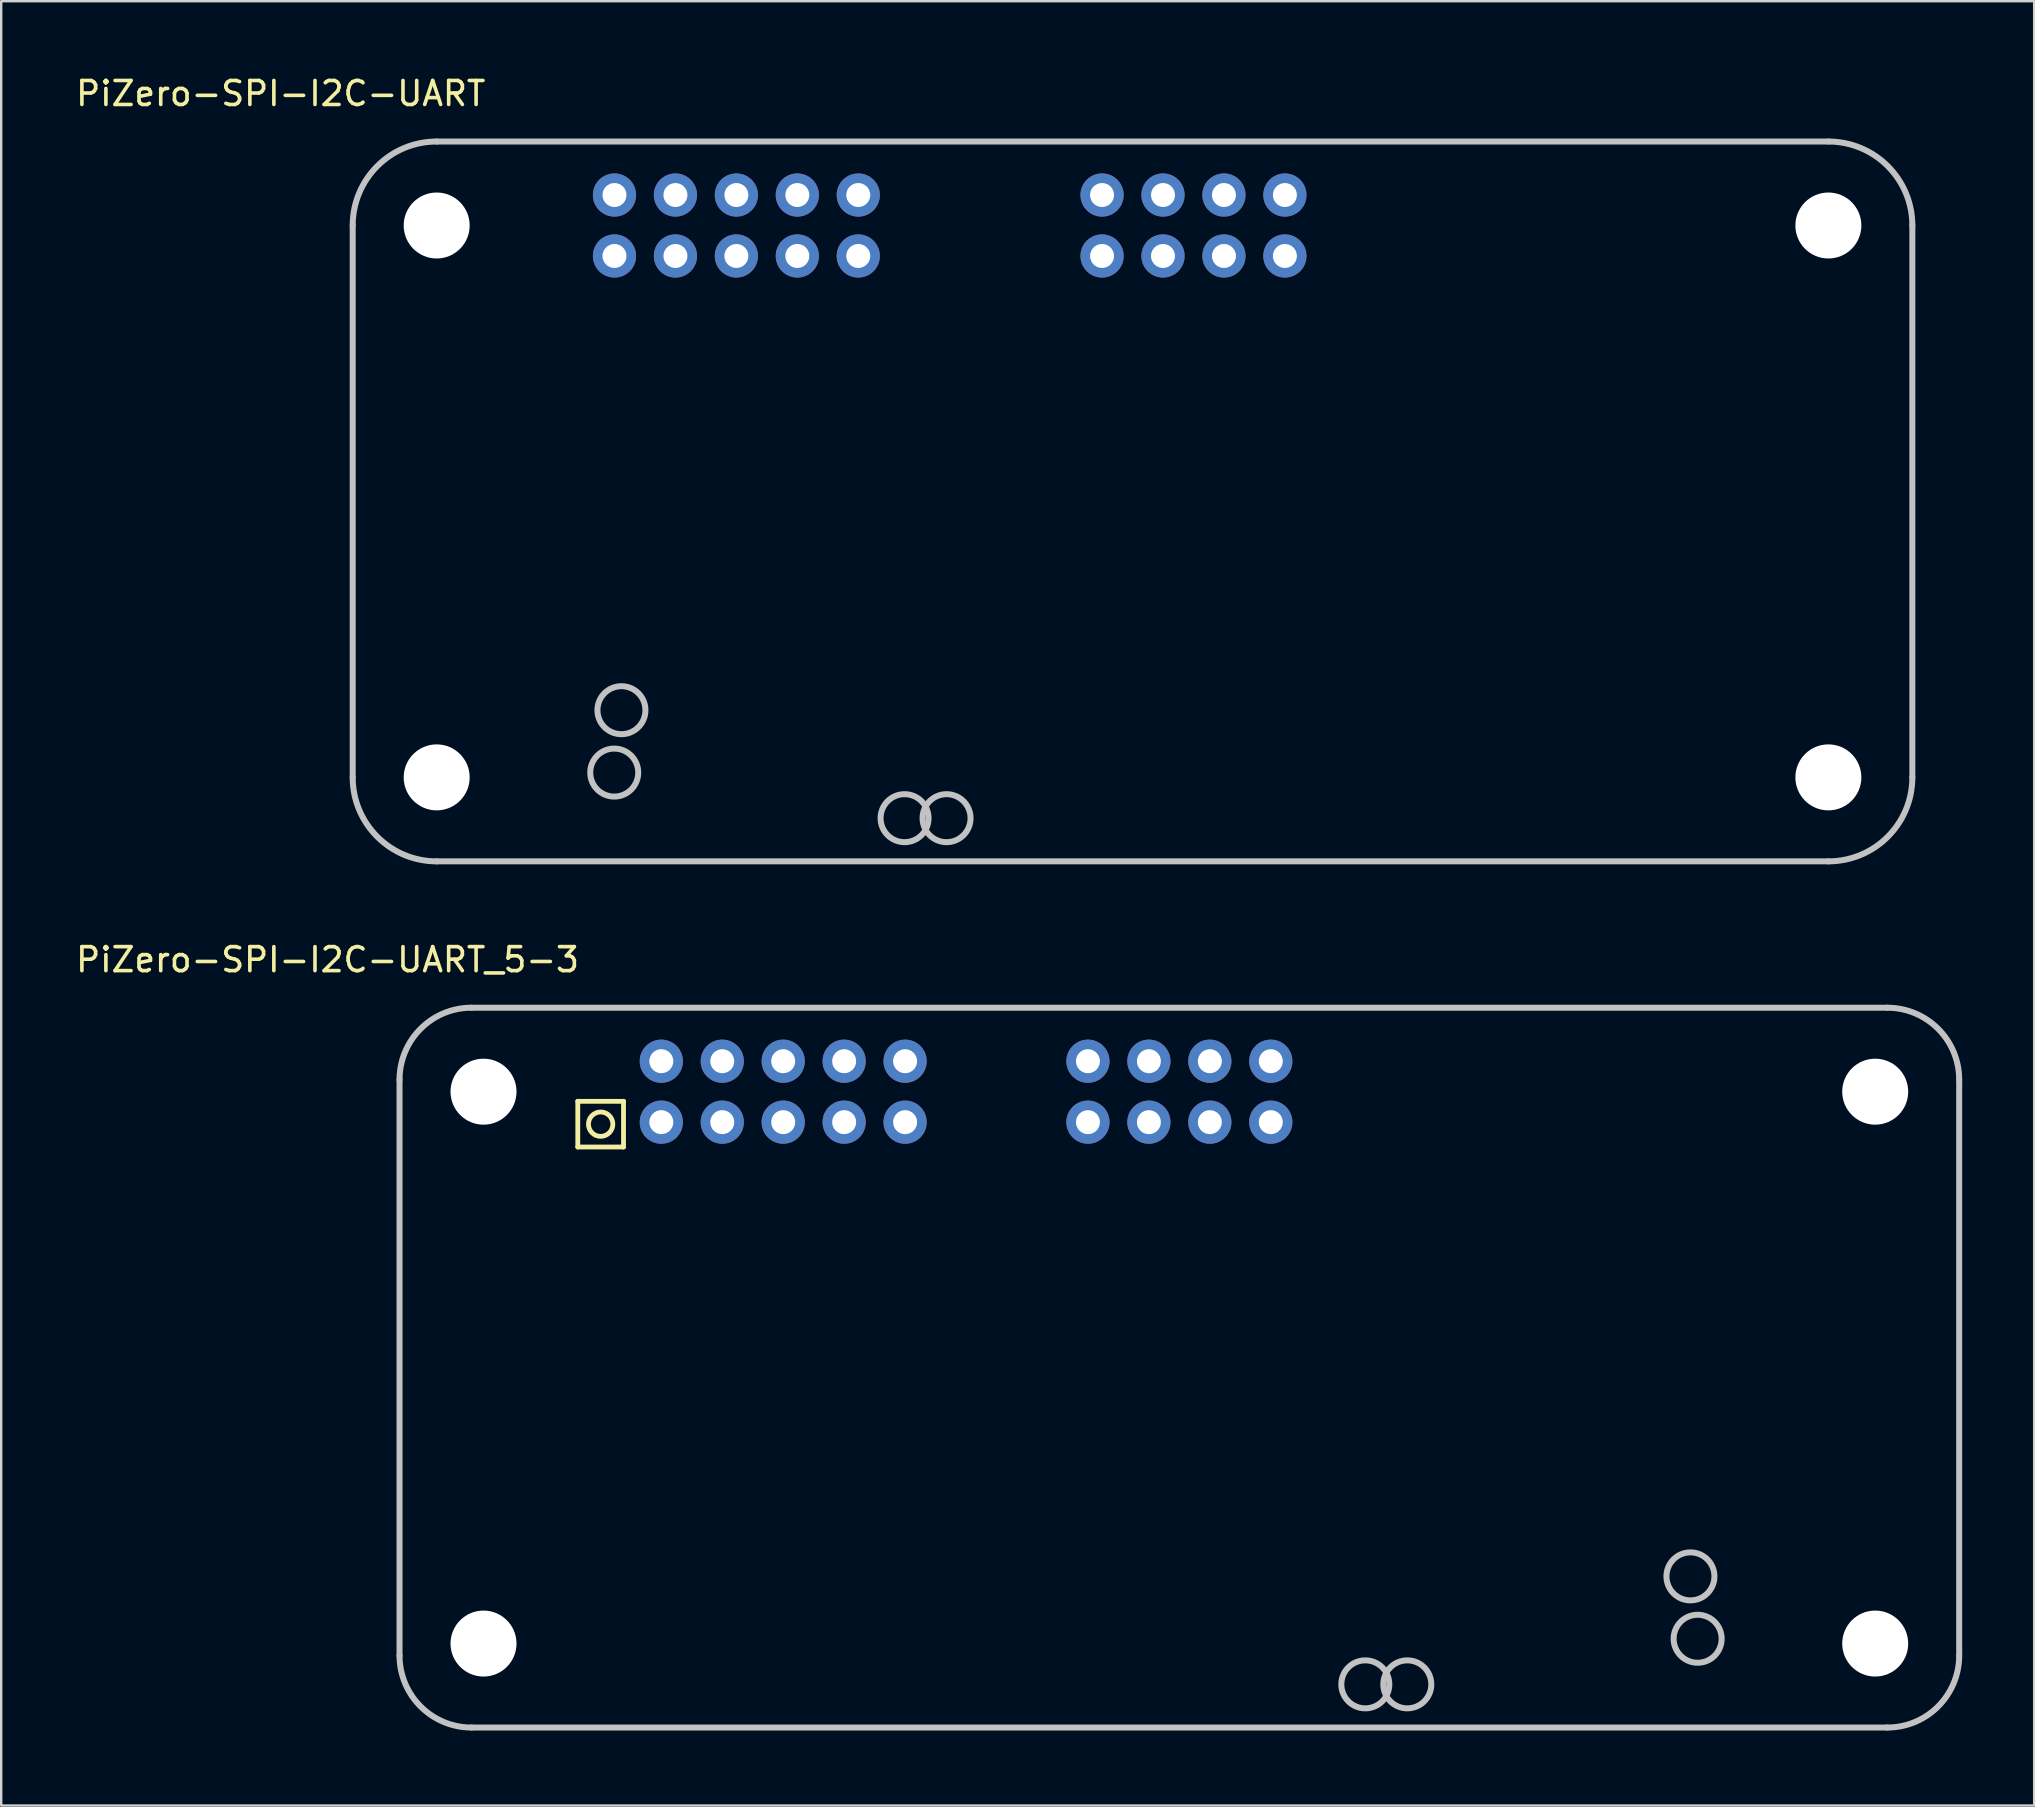
<source format=kicad_pcb>
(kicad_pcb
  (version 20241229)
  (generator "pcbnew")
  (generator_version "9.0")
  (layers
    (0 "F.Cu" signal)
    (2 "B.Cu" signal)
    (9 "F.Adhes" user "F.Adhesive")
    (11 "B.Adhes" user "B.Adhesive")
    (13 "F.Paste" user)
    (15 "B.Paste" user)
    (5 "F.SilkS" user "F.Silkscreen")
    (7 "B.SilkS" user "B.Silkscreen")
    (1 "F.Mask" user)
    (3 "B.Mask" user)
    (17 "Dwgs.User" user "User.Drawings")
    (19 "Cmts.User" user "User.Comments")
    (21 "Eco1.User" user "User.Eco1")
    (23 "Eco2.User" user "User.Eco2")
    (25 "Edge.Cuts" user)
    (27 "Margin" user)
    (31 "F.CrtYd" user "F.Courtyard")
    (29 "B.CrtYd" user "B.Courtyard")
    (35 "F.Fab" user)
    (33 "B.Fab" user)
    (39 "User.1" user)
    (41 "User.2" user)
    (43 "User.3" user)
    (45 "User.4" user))
  (footprint "PiZero-SPI-I2C-UART_5-3"
    (layer "F.Cu")
    (at 13.601 68.947)
    (property "Reference" "PiZero-SPI-I2C-UART_5-3" (at -3 -32 0) (layer "F.SilkS") (effects (font (size 1 1) (thickness 0.15))))
    (attr through_hole)
    (fp_line (start 7.429 -26.099) (end 9.335 -26.099) (stroke (width 0.2) (type solid)) (layer "F.SilkS"))
    (fp_line (start 7.429 -24.194) (end 7.429 -26.099) (stroke (width 0.2) (type solid)) (layer "F.SilkS"))
    (fp_line (start 9.335 -26.099) (end 9.335 -24.194) (stroke (width 0.2) (type solid)) (layer "F.SilkS"))
    (fp_line (start 9.335 -24.194) (end 7.429 -24.194) (stroke (width 0.2) (type solid)) (layer "F.SilkS"))
    (fp_circle (center 8.382 -25.146) (end 8.89 -25.146) (stroke (width 0.2) (type solid)) (fill no) (layer "F.SilkS"))
    (fp_line (start 0 -3) (end 0 -27) (stroke (width 0.25) (type solid)) (layer "Dwgs.User"))
    (fp_line (start 3 -30) (end 62 -30) (stroke (width 0.25) (type solid)) (layer "Dwgs.User"))
    (fp_line (start 62 0) (end 3 0) (stroke (width 0.25) (type solid)) (layer "Dwgs.User"))
    (fp_line (start 65 -27) (end 65 -3) (stroke (width 0.25) (type solid)) (layer "Dwgs.User"))
    (fp_arc (start 0 -27) (mid 0.87868 -29.12132) (end 3 -30) (stroke (width 0.25) (type solid)) (layer "Dwgs.User"))
    (fp_arc (start 3 0) (mid 0.87868 -0.87868) (end 0 -3) (stroke (width 0.25) (type solid)) (layer "Dwgs.User"))
    (fp_arc (start 62 -30) (mid 64.12132 -29.12132) (end 65 -27) (stroke (width 0.25) (type solid)) (layer "Dwgs.User"))
    (fp_arc (start 65 -3) (mid 64.12132 -0.87868) (end 62 0) (stroke (width 0.25) (type solid)) (layer "Dwgs.User"))
    (fp_circle (center 40.25 -1.8) (end 40.25 -2.8) (stroke (width 0.25) (type solid)) (fill no) (layer "Dwgs.User"))
    (fp_circle (center 42 -1.8) (end 42 -2.8) (stroke (width 0.25) (type solid)) (fill no) (layer "Dwgs.User"))
    (fp_circle (center 53.8 -6.3) (end 53.8 -7.3) (stroke (width 0.25) (type solid)) (fill no) (layer "Dwgs.User"))
    (fp_circle (center 54.1 -3.7) (end 54.1 -4.7) (stroke (width 0.25) (type solid)) (fill no) (layer "Dwgs.User"))
    (pad "" np_thru_hole circle (at 3.5 -26.5) (size 2.75 2.75) (drill 2.75) (layers "*.Cu" "*.Mask"))
    (pad "" np_thru_hole circle (at 3.5 -3.5) (size 2.75 2.75) (drill 2.75) (layers "*.Cu" "*.Mask"))
    (pad "" np_thru_hole circle (at 61.5 -26.5) (size 2.75 2.75) (drill 2.75) (layers "*.Cu" "*.Mask"))
    (pad "" np_thru_hole circle (at 61.5 -3.5) (size 2.75 2.75) (drill 2.75) (layers "*.Cu" "*.Mask"))
    (pad "3" thru_hole circle (at 10.91 -25.23) (size 1.8 1.8) (drill 1) (layers "*.Cu" "*.Mask"))
    (pad "4" thru_hole circle (at 10.91 -27.77) (size 1.8 1.8) (drill 1) (layers "*.Cu" "*.Mask"))
    (pad "5" thru_hole circle (at 13.45 -25.23) (size 1.8 1.8) (drill 1) (layers "*.Cu" "*.Mask"))
    (pad "6" thru_hole circle (at 13.45 -27.77) (size 1.8 1.8) (drill 1) (layers "*.Cu" "*.Mask"))
    (pad "7" thru_hole circle (at 15.99 -25.23) (size 1.8 1.8) (drill 1) (layers "*.Cu" "*.Mask"))
    (pad "8" thru_hole circle (at 15.99 -27.77) (size 1.8 1.8) (drill 1) (layers "*.Cu" "*.Mask"))
    (pad "9" thru_hole circle (at 18.53 -25.23) (size 1.8 1.8) (drill 1) (layers "*.Cu" "*.Mask"))
    (pad "10" thru_hole circle (at 18.53 -27.77) (size 1.8 1.8) (drill 1) (layers "*.Cu" "*.Mask"))
    (pad "11" thru_hole circle (at 21.07 -25.23) (size 1.8 1.8) (drill 1) (layers "*.Cu" "*.Mask"))
    (pad "12" thru_hole circle (at 21.07 -27.77) (size 1.8 1.8) (drill 1) (layers "*.Cu" "*.Mask"))
    (pad "17" thru_hole circle (at 28.69 -25.23) (size 1.8 1.8) (drill 1) (layers "*.Cu" "*.Mask"))
    (pad "18" thru_hole circle (at 28.69 -27.77) (size 1.8 1.8) (drill 1) (layers "*.Cu" "*.Mask"))
    (pad "19" thru_hole circle (at 31.23 -25.23) (size 1.8 1.8) (drill 1) (layers "*.Cu" "*.Mask"))
    (pad "20" thru_hole circle (at 31.23 -27.77) (size 1.8 1.8) (drill 1) (layers "*.Cu" "*.Mask"))
    (pad "21" thru_hole circle (at 33.77 -25.23) (size 1.8 1.8) (drill 1) (layers "*.Cu" "*.Mask"))
    (pad "22" thru_hole circle (at 33.77 -27.77) (size 1.8 1.8) (drill 1) (layers "*.Cu" "*.Mask"))
    (pad "23" thru_hole circle (at 36.31 -25.23) (size 1.8 1.8) (drill 1) (layers "*.Cu" "*.Mask"))
    (pad "24" thru_hole circle (at 36.31 -27.77) (size 1.8 1.8) (drill 1) (layers "*.Cu" "*.Mask")))
  (footprint "PiZero-SPI-I2C-UART"
    (layer "F.Cu")
    (at 11.649 32.848)
    (property "Reference" "PiZero-SPI-I2C-UART" (at -3 -32 0) (layer "F.SilkS") (effects (font (size 1 1) (thickness 0.15))))
    (attr through_hole)
    (fp_line (start 0 -3.5) (end 0 -26.5) (stroke (width 0.25) (type solid)) (layer "Dwgs.User"))
    (fp_line (start 3.5 -30) (end 61.5 -30) (stroke (width 0.25) (type solid)) (layer "Dwgs.User"))
    (fp_line (start 61.5 0) (end 3.5 0) (stroke (width 0.25) (type solid)) (layer "Dwgs.User"))
    (fp_line (start 65 -26.5) (end 65 -3.5) (stroke (width 0.25) (type solid)) (layer "Dwgs.User"))
    (fp_arc (start 0 -26.5) (mid 1.022967 -28.972713) (end 3.493891 -29.999995) (stroke (width 0.25) (type solid)) (layer "Dwgs.User"))
    (fp_arc (start 3.5 0) (mid 1.025126 -1.025126) (end 0 -3.5) (stroke (width 0.25) (type solid)) (layer "Dwgs.User"))
    (fp_arc (start 61.5 -30) (mid 63.974874 -28.974874) (end 65 -26.5) (stroke (width 0.25) (type solid)) (layer "Dwgs.User"))
    (fp_arc (start 65 -3.5) (mid 63.974874 -1.025126) (end 61.5 0) (stroke (width 0.25) (type solid)) (layer "Dwgs.User"))
    (fp_circle (center 10.9 -3.7) (end 10.9 -4.7) (stroke (width 0.25) (type solid)) (fill no) (layer "Dwgs.User"))
    (fp_circle (center 11.2 -6.3) (end 11.2 -7.3) (stroke (width 0.25) (type solid)) (fill no) (layer "Dwgs.User"))
    (fp_circle (center 23 -1.8) (end 23 -2.8) (stroke (width 0.25) (type solid)) (fill no) (layer "Dwgs.User"))
    (fp_circle (center 24.75 -1.8) (end 24.75 -2.8) (stroke (width 0.25) (type solid)) (fill no) (layer "Dwgs.User"))
    (pad "" np_thru_hole circle (at 3.5 -26.5) (size 2.75 2.75) (drill 2.75) (layers "*.Cu" "*.Mask"))
    (pad "" np_thru_hole circle (at 3.5 -3.5) (size 2.75 2.75) (drill 2.75) (layers "*.Cu" "*.Mask"))
    (pad "" np_thru_hole circle (at 61.5 -26.5) (size 2.75 2.75) (drill 2.75) (layers "*.Cu" "*.Mask"))
    (pad "" np_thru_hole circle (at 61.5 -3.5) (size 2.75 2.75) (drill 2.75) (layers "*.Cu" "*.Mask"))
    (pad "3" thru_hole circle (at 10.91 -25.23) (size 1.8 1.8) (drill 1) (layers "*.Cu" "*.Mask"))
    (pad "4" thru_hole circle (at 10.91 -27.77) (size 1.8 1.8) (drill 1) (layers "*.Cu" "*.Mask"))
    (pad "5" thru_hole circle (at 13.45 -25.23) (size 1.8 1.8) (drill 1) (layers "*.Cu" "*.Mask"))
    (pad "6" thru_hole circle (at 13.45 -27.77) (size 1.8 1.8) (drill 1) (layers "*.Cu" "*.Mask"))
    (pad "7" thru_hole circle (at 15.99 -25.23) (size 1.8 1.8) (drill 1) (layers "*.Cu" "*.Mask"))
    (pad "8" thru_hole circle (at 15.99 -27.77) (size 1.8 1.8) (drill 1) (layers "*.Cu" "*.Mask"))
    (pad "9" thru_hole circle (at 18.53 -25.23) (size 1.8 1.8) (drill 1) (layers "*.Cu" "*.Mask"))
    (pad "10" thru_hole circle (at 18.53 -27.77) (size 1.8 1.8) (drill 1) (layers "*.Cu" "*.Mask"))
    (pad "11" thru_hole circle (at 21.07 -25.23) (size 1.8 1.8) (drill 1) (layers "*.Cu" "*.Mask"))
    (pad "12" thru_hole circle (at 21.07 -27.77) (size 1.8 1.8) (drill 1) (layers "*.Cu" "*.Mask"))
    (pad "19" thru_hole circle (at 31.23 -25.23) (size 1.8 1.8) (drill 1) (layers "*.Cu" "*.Mask"))
    (pad "20" thru_hole circle (at 31.23 -27.77) (size 1.8 1.8) (drill 1) (layers "*.Cu" "*.Mask"))
    (pad "21" thru_hole circle (at 33.77 -25.23) (size 1.8 1.8) (drill 1) (layers "*.Cu" "*.Mask"))
    (pad "22" thru_hole circle (at 33.77 -27.77) (size 1.8 1.8) (drill 1) (layers "*.Cu" "*.Mask"))
    (pad "23" thru_hole circle (at 36.31 -25.23) (size 1.8 1.8) (drill 1) (layers "*.Cu" "*.Mask"))
    (pad "24" thru_hole circle (at 36.31 -27.77) (size 1.8 1.8) (drill 1) (layers "*.Cu" "*.Mask"))
    (pad "25" thru_hole circle (at 38.85 -25.23) (size 1.8 1.8) (drill 1) (layers "*.Cu" "*.Mask"))
    (pad "26" thru_hole circle (at 38.85 -27.77) (size 1.8 1.8) (drill 1) (layers "*.Cu" "*.Mask")))
  (gr_rect
    (start -3 -3)
    (end 81.726 72.197)
    (stroke (width 0.1) (type default))
    (fill no)
    (layer "Edge.Cuts")))
</source>
